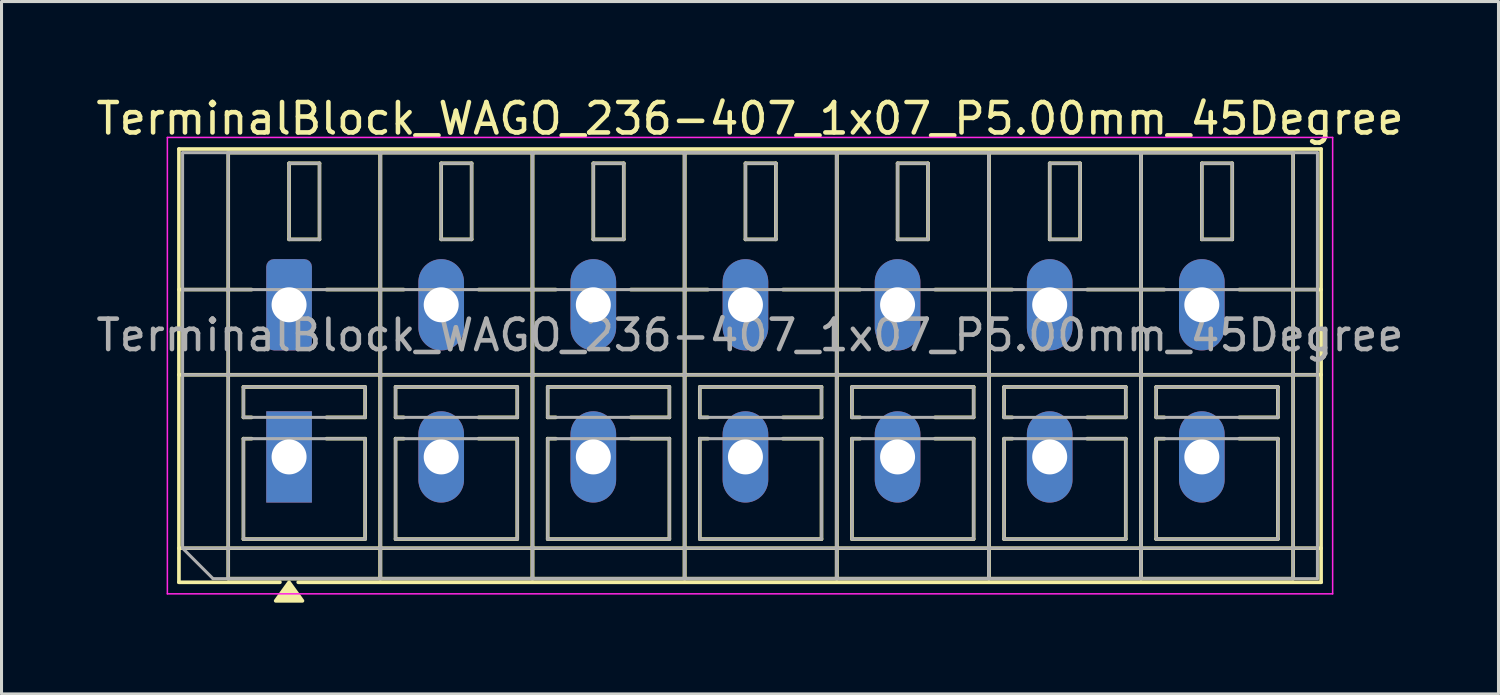
<source format=kicad_pcb>
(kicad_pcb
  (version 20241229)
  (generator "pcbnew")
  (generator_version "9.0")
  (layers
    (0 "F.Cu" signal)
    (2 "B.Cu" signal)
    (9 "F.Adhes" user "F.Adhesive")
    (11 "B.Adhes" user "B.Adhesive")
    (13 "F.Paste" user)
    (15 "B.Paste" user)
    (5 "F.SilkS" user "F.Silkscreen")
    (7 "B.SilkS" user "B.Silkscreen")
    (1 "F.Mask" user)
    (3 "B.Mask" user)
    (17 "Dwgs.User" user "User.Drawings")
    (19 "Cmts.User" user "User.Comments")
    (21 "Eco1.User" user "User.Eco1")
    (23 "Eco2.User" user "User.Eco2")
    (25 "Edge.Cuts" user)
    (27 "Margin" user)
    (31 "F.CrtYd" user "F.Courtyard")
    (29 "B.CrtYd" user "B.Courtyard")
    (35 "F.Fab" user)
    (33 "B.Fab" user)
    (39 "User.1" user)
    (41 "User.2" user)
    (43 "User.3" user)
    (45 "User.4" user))
  (footprint "TerminalBlock_WAGO_236-407_1x07_P5.00mm_45Degree"
    (layer "F.Cu")
    (at 6.451 6.968)
    (property "Reference" "TerminalBlock_WAGO_236-407_1x07_P5.00mm_45Degree" (at 15.15 -6.12 0) (layer "F.SilkS") (effects (font (size 1 1) (thickness 0.15))))
    (attr through_hole)
    (fp_line (start -3.62 -5.12) (end -3.62 9.12) (stroke (width 0.12) (type solid)) (layer "F.SilkS"))
    (fp_line (start -3.62 -5.12) (end 33.92 -5.12) (stroke (width 0.12) (type solid)) (layer "F.SilkS"))
    (fp_line (start -3.62 -0.5) (end -1.23 -0.5) (stroke (width 0.12) (type solid)) (layer "F.SilkS"))
    (fp_line (start -3.62 2.3) (end 33.92 2.3) (stroke (width 0.12) (type solid)) (layer "F.SilkS"))
    (fp_line (start -3.62 8) (end 33.92 8) (stroke (width 0.12) (type solid)) (layer "F.SilkS"))
    (fp_line (start -3.62 9.12) (end -0.3 9.12) (stroke (width 0.12) (type solid)) (layer "F.SilkS"))
    (fp_line (start -2 -5) (end -2 9) (stroke (width 0.12) (type solid)) (layer "F.SilkS"))
    (fp_line (start -2 -5) (end 3 -5) (stroke (width 0.12) (type solid)) (layer "F.SilkS"))
    (fp_line (start -2 9) (end 3 9) (stroke (width 0.12) (type solid)) (layer "F.SilkS"))
    (fp_line (start -1.5 2.7) (end -1.5 3.7) (stroke (width 0.12) (type solid)) (layer "F.SilkS"))
    (fp_line (start -1.5 2.7) (end 2.5 2.7) (stroke (width 0.12) (type solid)) (layer "F.SilkS"))
    (fp_line (start -1.5 3.7) (end -1.23 3.7) (stroke (width 0.12) (type solid)) (layer "F.SilkS"))
    (fp_line (start -1.5 4.4) (end -1.5 7.7) (stroke (width 0.12) (type solid)) (layer "F.SilkS"))
    (fp_line (start -1.5 4.4) (end -1.23 4.4) (stroke (width 0.12) (type solid)) (layer "F.SilkS"))
    (fp_line (start -1.5 7.7) (end 2.5 7.7) (stroke (width 0.12) (type solid)) (layer "F.SilkS"))
    (fp_line (start 0 -4.65) (end 0 -2.15) (stroke (width 0.12) (type solid)) (layer "F.SilkS"))
    (fp_line (start 0 -4.65) (end 1 -4.65) (stroke (width 0.12) (type solid)) (layer "F.SilkS"))
    (fp_line (start 0 -2.15) (end 1 -2.15) (stroke (width 0.12) (type solid)) (layer "F.SilkS"))
    (fp_line (start 0.3 9.12) (end 33.92 9.12) (stroke (width 0.12) (type solid)) (layer "F.SilkS"))
    (fp_line (start 1 -4.65) (end 1 -2.15) (stroke (width 0.12) (type solid)) (layer "F.SilkS"))
    (fp_line (start 1.23 -0.5) (end 3.77 -0.5) (stroke (width 0.12) (type solid)) (layer "F.SilkS"))
    (fp_line (start 1.23 3.7) (end 2.5 3.7) (stroke (width 0.12) (type solid)) (layer "F.SilkS"))
    (fp_line (start 1.23 4.4) (end 2.5 4.4) (stroke (width 0.12) (type solid)) (layer "F.SilkS"))
    (fp_line (start 2.5 2.7) (end 2.5 3.7) (stroke (width 0.12) (type solid)) (layer "F.SilkS"))
    (fp_line (start 2.5 4.4) (end 2.5 7.7) (stroke (width 0.12) (type solid)) (layer "F.SilkS"))
    (fp_line (start 3 -5) (end 3 9) (stroke (width 0.12) (type solid)) (layer "F.SilkS"))
    (fp_line (start 3 -5) (end 3 9) (stroke (width 0.12) (type solid)) (layer "F.SilkS"))
    (fp_line (start 3 -5) (end 8 -5) (stroke (width 0.12) (type solid)) (layer "F.SilkS"))
    (fp_line (start 3 9) (end 8 9) (stroke (width 0.12) (type solid)) (layer "F.SilkS"))
    (fp_line (start 3.5 2.7) (end 3.5 3.7) (stroke (width 0.12) (type solid)) (layer "F.SilkS"))
    (fp_line (start 3.5 2.7) (end 7.5 2.7) (stroke (width 0.12) (type solid)) (layer "F.SilkS"))
    (fp_line (start 3.5 3.7) (end 3.77 3.7) (stroke (width 0.12) (type solid)) (layer "F.SilkS"))
    (fp_line (start 3.5 4.4) (end 3.5 7.7) (stroke (width 0.12) (type solid)) (layer "F.SilkS"))
    (fp_line (start 3.5 4.4) (end 3.77 4.4) (stroke (width 0.12) (type solid)) (layer "F.SilkS"))
    (fp_line (start 3.5 7.7) (end 7.5 7.7) (stroke (width 0.12) (type solid)) (layer "F.SilkS"))
    (fp_line (start 5 -4.65) (end 5 -2.15) (stroke (width 0.12) (type solid)) (layer "F.SilkS"))
    (fp_line (start 5 -4.65) (end 6 -4.65) (stroke (width 0.12) (type solid)) (layer "F.SilkS"))
    (fp_line (start 5 -2.15) (end 6 -2.15) (stroke (width 0.12) (type solid)) (layer "F.SilkS"))
    (fp_line (start 6 -4.65) (end 6 -2.15) (stroke (width 0.12) (type solid)) (layer "F.SilkS"))
    (fp_line (start 6.23 -0.5) (end 8.77 -0.5) (stroke (width 0.12) (type solid)) (layer "F.SilkS"))
    (fp_line (start 6.23 3.7) (end 7.5 3.7) (stroke (width 0.12) (type solid)) (layer "F.SilkS"))
    (fp_line (start 6.23 4.4) (end 7.5 4.4) (stroke (width 0.12) (type solid)) (layer "F.SilkS"))
    (fp_line (start 7.5 2.7) (end 7.5 3.7) (stroke (width 0.12) (type solid)) (layer "F.SilkS"))
    (fp_line (start 7.5 4.4) (end 7.5 7.7) (stroke (width 0.12) (type solid)) (layer "F.SilkS"))
    (fp_line (start 8 -5) (end 8 9) (stroke (width 0.12) (type solid)) (layer "F.SilkS"))
    (fp_line (start 8 -5) (end 8 9) (stroke (width 0.12) (type solid)) (layer "F.SilkS"))
    (fp_line (start 8 -5) (end 13 -5) (stroke (width 0.12) (type solid)) (layer "F.SilkS"))
    (fp_line (start 8 9) (end 13 9) (stroke (width 0.12) (type solid)) (layer "F.SilkS"))
    (fp_line (start 8.5 2.7) (end 8.5 3.7) (stroke (width 0.12) (type solid)) (layer "F.SilkS"))
    (fp_line (start 8.5 2.7) (end 12.5 2.7) (stroke (width 0.12) (type solid)) (layer "F.SilkS"))
    (fp_line (start 8.5 3.7) (end 8.77 3.7) (stroke (width 0.12) (type solid)) (layer "F.SilkS"))
    (fp_line (start 8.5 4.4) (end 8.5 7.7) (stroke (width 0.12) (type solid)) (layer "F.SilkS"))
    (fp_line (start 8.5 4.4) (end 8.77 4.4) (stroke (width 0.12) (type solid)) (layer "F.SilkS"))
    (fp_line (start 8.5 7.7) (end 12.5 7.7) (stroke (width 0.12) (type solid)) (layer "F.SilkS"))
    (fp_line (start 10 -4.65) (end 10 -2.15) (stroke (width 0.12) (type solid)) (layer "F.SilkS"))
    (fp_line (start 10 -4.65) (end 11 -4.65) (stroke (width 0.12) (type solid)) (layer "F.SilkS"))
    (fp_line (start 10 -2.15) (end 11 -2.15) (stroke (width 0.12) (type solid)) (layer "F.SilkS"))
    (fp_line (start 11 -4.65) (end 11 -2.15) (stroke (width 0.12) (type solid)) (layer "F.SilkS"))
    (fp_line (start 11.23 -0.5) (end 13.77 -0.5) (stroke (width 0.12) (type solid)) (layer "F.SilkS"))
    (fp_line (start 11.23 3.7) (end 12.5 3.7) (stroke (width 0.12) (type solid)) (layer "F.SilkS"))
    (fp_line (start 11.23 4.4) (end 12.5 4.4) (stroke (width 0.12) (type solid)) (layer "F.SilkS"))
    (fp_line (start 12.5 2.7) (end 12.5 3.7) (stroke (width 0.12) (type solid)) (layer "F.SilkS"))
    (fp_line (start 12.5 4.4) (end 12.5 7.7) (stroke (width 0.12) (type solid)) (layer "F.SilkS"))
    (fp_line (start 13 -5) (end 13 9) (stroke (width 0.12) (type solid)) (layer "F.SilkS"))
    (fp_line (start 13 -5) (end 13 9) (stroke (width 0.12) (type solid)) (layer "F.SilkS"))
    (fp_line (start 13 -5) (end 18 -5) (stroke (width 0.12) (type solid)) (layer "F.SilkS"))
    (fp_line (start 13 9) (end 18 9) (stroke (width 0.12) (type solid)) (layer "F.SilkS"))
    (fp_line (start 13.5 2.7) (end 13.5 3.7) (stroke (width 0.12) (type solid)) (layer "F.SilkS"))
    (fp_line (start 13.5 2.7) (end 17.5 2.7) (stroke (width 0.12) (type solid)) (layer "F.SilkS"))
    (fp_line (start 13.5 3.7) (end 13.77 3.7) (stroke (width 0.12) (type solid)) (layer "F.SilkS"))
    (fp_line (start 13.5 4.4) (end 13.5 7.7) (stroke (width 0.12) (type solid)) (layer "F.SilkS"))
    (fp_line (start 13.5 4.4) (end 13.77 4.4) (stroke (width 0.12) (type solid)) (layer "F.SilkS"))
    (fp_line (start 13.5 7.7) (end 17.5 7.7) (stroke (width 0.12) (type solid)) (layer "F.SilkS"))
    (fp_line (start 15 -4.65) (end 15 -2.15) (stroke (width 0.12) (type solid)) (layer "F.SilkS"))
    (fp_line (start 15 -4.65) (end 16 -4.65) (stroke (width 0.12) (type solid)) (layer "F.SilkS"))
    (fp_line (start 15 -2.15) (end 16 -2.15) (stroke (width 0.12) (type solid)) (layer "F.SilkS"))
    (fp_line (start 16 -4.65) (end 16 -2.15) (stroke (width 0.12) (type solid)) (layer "F.SilkS"))
    (fp_line (start 16.23 -0.5) (end 18.77 -0.5) (stroke (width 0.12) (type solid)) (layer "F.SilkS"))
    (fp_line (start 16.23 3.7) (end 17.5 3.7) (stroke (width 0.12) (type solid)) (layer "F.SilkS"))
    (fp_line (start 16.23 4.4) (end 17.5 4.4) (stroke (width 0.12) (type solid)) (layer "F.SilkS"))
    (fp_line (start 17.5 2.7) (end 17.5 3.7) (stroke (width 0.12) (type solid)) (layer "F.SilkS"))
    (fp_line (start 17.5 4.4) (end 17.5 7.7) (stroke (width 0.12) (type solid)) (layer "F.SilkS"))
    (fp_line (start 18 -5) (end 18 9) (stroke (width 0.12) (type solid)) (layer "F.SilkS"))
    (fp_line (start 18 -5) (end 18 9) (stroke (width 0.12) (type solid)) (layer "F.SilkS"))
    (fp_line (start 18 -5) (end 23 -5) (stroke (width 0.12) (type solid)) (layer "F.SilkS"))
    (fp_line (start 18 9) (end 23 9) (stroke (width 0.12) (type solid)) (layer "F.SilkS"))
    (fp_line (start 18.5 2.7) (end 18.5 3.7) (stroke (width 0.12) (type solid)) (layer "F.SilkS"))
    (fp_line (start 18.5 2.7) (end 22.5 2.7) (stroke (width 0.12) (type solid)) (layer "F.SilkS"))
    (fp_line (start 18.5 3.7) (end 18.77 3.7) (stroke (width 0.12) (type solid)) (layer "F.SilkS"))
    (fp_line (start 18.5 4.4) (end 18.5 7.7) (stroke (width 0.12) (type solid)) (layer "F.SilkS"))
    (fp_line (start 18.5 4.4) (end 18.77 4.4) (stroke (width 0.12) (type solid)) (layer "F.SilkS"))
    (fp_line (start 18.5 7.7) (end 22.5 7.7) (stroke (width 0.12) (type solid)) (layer "F.SilkS"))
    (fp_line (start 20 -4.65) (end 20 -2.15) (stroke (width 0.12) (type solid)) (layer "F.SilkS"))
    (fp_line (start 20 -4.65) (end 21 -4.65) (stroke (width 0.12) (type solid)) (layer "F.SilkS"))
    (fp_line (start 20 -2.15) (end 21 -2.15) (stroke (width 0.12) (type solid)) (layer "F.SilkS"))
    (fp_line (start 21 -4.65) (end 21 -2.15) (stroke (width 0.12) (type solid)) (layer "F.SilkS"))
    (fp_line (start 21.23 -0.5) (end 23.77 -0.5) (stroke (width 0.12) (type solid)) (layer "F.SilkS"))
    (fp_line (start 21.23 3.7) (end 22.5 3.7) (stroke (width 0.12) (type solid)) (layer "F.SilkS"))
    (fp_line (start 21.23 4.4) (end 22.5 4.4) (stroke (width 0.12) (type solid)) (layer "F.SilkS"))
    (fp_line (start 22.5 2.7) (end 22.5 3.7) (stroke (width 0.12) (type solid)) (layer "F.SilkS"))
    (fp_line (start 22.5 4.4) (end 22.5 7.7) (stroke (width 0.12) (type solid)) (layer "F.SilkS"))
    (fp_line (start 23 -5) (end 23 9) (stroke (width 0.12) (type solid)) (layer "F.SilkS"))
    (fp_line (start 23 -5) (end 23 9) (stroke (width 0.12) (type solid)) (layer "F.SilkS"))
    (fp_line (start 23 -5) (end 28 -5) (stroke (width 0.12) (type solid)) (layer "F.SilkS"))
    (fp_line (start 23 9) (end 28 9) (stroke (width 0.12) (type solid)) (layer "F.SilkS"))
    (fp_line (start 23.5 2.7) (end 23.5 3.7) (stroke (width 0.12) (type solid)) (layer "F.SilkS"))
    (fp_line (start 23.5 2.7) (end 27.5 2.7) (stroke (width 0.12) (type solid)) (layer "F.SilkS"))
    (fp_line (start 23.5 3.7) (end 23.77 3.7) (stroke (width 0.12) (type solid)) (layer "F.SilkS"))
    (fp_line (start 23.5 4.4) (end 23.5 7.7) (stroke (width 0.12) (type solid)) (layer "F.SilkS"))
    (fp_line (start 23.5 4.4) (end 23.77 4.4) (stroke (width 0.12) (type solid)) (layer "F.SilkS"))
    (fp_line (start 23.5 7.7) (end 27.5 7.7) (stroke (width 0.12) (type solid)) (layer "F.SilkS"))
    (fp_line (start 25 -4.65) (end 25 -2.15) (stroke (width 0.12) (type solid)) (layer "F.SilkS"))
    (fp_line (start 25 -4.65) (end 26 -4.65) (stroke (width 0.12) (type solid)) (layer "F.SilkS"))
    (fp_line (start 25 -2.15) (end 26 -2.15) (stroke (width 0.12) (type solid)) (layer "F.SilkS"))
    (fp_line (start 26 -4.65) (end 26 -2.15) (stroke (width 0.12) (type solid)) (layer "F.SilkS"))
    (fp_line (start 26.23 -0.5) (end 28.77 -0.5) (stroke (width 0.12) (type solid)) (layer "F.SilkS"))
    (fp_line (start 26.23 3.7) (end 27.5 3.7) (stroke (width 0.12) (type solid)) (layer "F.SilkS"))
    (fp_line (start 26.23 4.4) (end 27.5 4.4) (stroke (width 0.12) (type solid)) (layer "F.SilkS"))
    (fp_line (start 27.5 2.7) (end 27.5 3.7) (stroke (width 0.12) (type solid)) (layer "F.SilkS"))
    (fp_line (start 27.5 4.4) (end 27.5 7.7) (stroke (width 0.12) (type solid)) (layer "F.SilkS"))
    (fp_line (start 28 -5) (end 28 9) (stroke (width 0.12) (type solid)) (layer "F.SilkS"))
    (fp_line (start 28 -5) (end 28 9) (stroke (width 0.12) (type solid)) (layer "F.SilkS"))
    (fp_line (start 28 -5) (end 33 -5) (stroke (width 0.12) (type solid)) (layer "F.SilkS"))
    (fp_line (start 28 9) (end 33 9) (stroke (width 0.12) (type solid)) (layer "F.SilkS"))
    (fp_line (start 28.5 2.7) (end 28.5 3.7) (stroke (width 0.12) (type solid)) (layer "F.SilkS"))
    (fp_line (start 28.5 2.7) (end 32.5 2.7) (stroke (width 0.12) (type solid)) (layer "F.SilkS"))
    (fp_line (start 28.5 3.7) (end 28.77 3.7) (stroke (width 0.12) (type solid)) (layer "F.SilkS"))
    (fp_line (start 28.5 4.4) (end 28.5 7.7) (stroke (width 0.12) (type solid)) (layer "F.SilkS"))
    (fp_line (start 28.5 4.4) (end 28.77 4.4) (stroke (width 0.12) (type solid)) (layer "F.SilkS"))
    (fp_line (start 28.5 7.7) (end 32.5 7.7) (stroke (width 0.12) (type solid)) (layer "F.SilkS"))
    (fp_line (start 30 -4.65) (end 30 -2.15) (stroke (width 0.12) (type solid)) (layer "F.SilkS"))
    (fp_line (start 30 -4.65) (end 31 -4.65) (stroke (width 0.12) (type solid)) (layer "F.SilkS"))
    (fp_line (start 30 -2.15) (end 31 -2.15) (stroke (width 0.12) (type solid)) (layer "F.SilkS"))
    (fp_line (start 31 -4.65) (end 31 -2.15) (stroke (width 0.12) (type solid)) (layer "F.SilkS"))
    (fp_line (start 31.23 -0.5) (end 33.92 -0.5) (stroke (width 0.12) (type solid)) (layer "F.SilkS"))
    (fp_line (start 31.23 3.7) (end 32.5 3.7) (stroke (width 0.12) (type solid)) (layer "F.SilkS"))
    (fp_line (start 31.23 4.4) (end 32.5 4.4) (stroke (width 0.12) (type solid)) (layer "F.SilkS"))
    (fp_line (start 32.5 2.7) (end 32.5 3.7) (stroke (width 0.12) (type solid)) (layer "F.SilkS"))
    (fp_line (start 32.5 4.4) (end 32.5 7.7) (stroke (width 0.12) (type solid)) (layer "F.SilkS"))
    (fp_line (start 33 -5) (end 33 9) (stroke (width 0.12) (type solid)) (layer "F.SilkS"))
    (fp_line (start 33.92 -5.12) (end 33.92 9.12) (stroke (width 0.12) (type solid)) (layer "F.SilkS"))
    (fp_poly (pts (xy 0 9.12) (xy 0.44 9.73) (xy -0.44 9.73)) (stroke (width 0.12) (type solid)) (fill yes) (layer "F.SilkS"))
    (fp_line (start -4 -5.5) (end -4 9.5) (stroke (width 0.05) (type solid)) (layer "F.CrtYd"))
    (fp_line (start -4 9.5) (end 34.3 9.5) (stroke (width 0.05) (type solid)) (layer "F.CrtYd"))
    (fp_line (start 34.3 -5.5) (end -4 -5.5) (stroke (width 0.05) (type solid)) (layer "F.CrtYd"))
    (fp_line (start 34.3 9.5) (end 34.3 -5.5) (stroke (width 0.05) (type solid)) (layer "F.CrtYd"))
    (fp_line (start -3.5 -5) (end 33.8 -5) (stroke (width 0.1) (type solid)) (layer "F.Fab"))
    (fp_line (start -3.5 -0.5) (end 33.8 -0.5) (stroke (width 0.1) (type solid)) (layer "F.Fab"))
    (fp_line (start -3.5 2.3) (end 33.8 2.3) (stroke (width 0.1) (type solid)) (layer "F.Fab"))
    (fp_line (start -3.5 8) (end -3.5 -5) (stroke (width 0.1) (type solid)) (layer "F.Fab"))
    (fp_line (start -3.5 8) (end 33.8 8) (stroke (width 0.1) (type solid)) (layer "F.Fab"))
    (fp_line (start -2.5 9) (end -3.5 8) (stroke (width 0.1) (type solid)) (layer "F.Fab"))
    (fp_line (start -2 -5) (end -2 9) (stroke (width 0.1) (type solid)) (layer "F.Fab"))
    (fp_line (start -2 9) (end 3 9) (stroke (width 0.1) (type solid)) (layer "F.Fab"))
    (fp_line (start -1.5 2.7) (end -1.5 3.7) (stroke (width 0.1) (type solid)) (layer "F.Fab"))
    (fp_line (start -1.5 3.7) (end 2.5 3.7) (stroke (width 0.1) (type solid)) (layer "F.Fab"))
    (fp_line (start -1.5 4.4) (end -1.5 7.7) (stroke (width 0.1) (type solid)) (layer "F.Fab"))
    (fp_line (start -1.5 7.7) (end 2.5 7.7) (stroke (width 0.1) (type solid)) (layer "F.Fab"))
    (fp_line (start 0 -4.65) (end 0 -2.15) (stroke (width 0.1) (type solid)) (layer "F.Fab"))
    (fp_line (start 0 -2.15) (end 1 -2.15) (stroke (width 0.1) (type solid)) (layer "F.Fab"))
    (fp_line (start 1 -4.65) (end 0 -4.65) (stroke (width 0.1) (type solid)) (layer "F.Fab"))
    (fp_line (start 1 -2.15) (end 1 -4.65) (stroke (width 0.1) (type solid)) (layer "F.Fab"))
    (fp_line (start 2.5 2.7) (end -1.5 2.7) (stroke (width 0.1) (type solid)) (layer "F.Fab"))
    (fp_line (start 2.5 3.7) (end 2.5 2.7) (stroke (width 0.1) (type solid)) (layer "F.Fab"))
    (fp_line (start 2.5 4.4) (end -1.5 4.4) (stroke (width 0.1) (type solid)) (layer "F.Fab"))
    (fp_line (start 2.5 7.7) (end 2.5 4.4) (stroke (width 0.1) (type solid)) (layer "F.Fab"))
    (fp_line (start 3 -5) (end -2 -5) (stroke (width 0.1) (type solid)) (layer "F.Fab"))
    (fp_line (start 3 -5) (end 3 9) (stroke (width 0.1) (type solid)) (layer "F.Fab"))
    (fp_line (start 3 9) (end 3 -5) (stroke (width 0.1) (type solid)) (layer "F.Fab"))
    (fp_line (start 3 9) (end 8 9) (stroke (width 0.1) (type solid)) (layer "F.Fab"))
    (fp_line (start 3.5 2.7) (end 3.5 3.7) (stroke (width 0.1) (type solid)) (layer "F.Fab"))
    (fp_line (start 3.5 3.7) (end 7.5 3.7) (stroke (width 0.1) (type solid)) (layer "F.Fab"))
    (fp_line (start 3.5 4.4) (end 3.5 7.7) (stroke (width 0.1) (type solid)) (layer "F.Fab"))
    (fp_line (start 3.5 7.7) (end 7.5 7.7) (stroke (width 0.1) (type solid)) (layer "F.Fab"))
    (fp_line (start 5 -4.65) (end 5 -2.15) (stroke (width 0.1) (type solid)) (layer "F.Fab"))
    (fp_line (start 5 -2.15) (end 6 -2.15) (stroke (width 0.1) (type solid)) (layer "F.Fab"))
    (fp_line (start 6 -4.65) (end 5 -4.65) (stroke (width 0.1) (type solid)) (layer "F.Fab"))
    (fp_line (start 6 -2.15) (end 6 -4.65) (stroke (width 0.1) (type solid)) (layer "F.Fab"))
    (fp_line (start 7.5 2.7) (end 3.5 2.7) (stroke (width 0.1) (type solid)) (layer "F.Fab"))
    (fp_line (start 7.5 3.7) (end 7.5 2.7) (stroke (width 0.1) (type solid)) (layer "F.Fab"))
    (fp_line (start 7.5 4.4) (end 3.5 4.4) (stroke (width 0.1) (type solid)) (layer "F.Fab"))
    (fp_line (start 7.5 7.7) (end 7.5 4.4) (stroke (width 0.1) (type solid)) (layer "F.Fab"))
    (fp_line (start 8 -5) (end 3 -5) (stroke (width 0.1) (type solid)) (layer "F.Fab"))
    (fp_line (start 8 -5) (end 8 9) (stroke (width 0.1) (type solid)) (layer "F.Fab"))
    (fp_line (start 8 9) (end 8 -5) (stroke (width 0.1) (type solid)) (layer "F.Fab"))
    (fp_line (start 8 9) (end 13 9) (stroke (width 0.1) (type solid)) (layer "F.Fab"))
    (fp_line (start 8.5 2.7) (end 8.5 3.7) (stroke (width 0.1) (type solid)) (layer "F.Fab"))
    (fp_line (start 8.5 3.7) (end 12.5 3.7) (stroke (width 0.1) (type solid)) (layer "F.Fab"))
    (fp_line (start 8.5 4.4) (end 8.5 7.7) (stroke (width 0.1) (type solid)) (layer "F.Fab"))
    (fp_line (start 8.5 7.7) (end 12.5 7.7) (stroke (width 0.1) (type solid)) (layer "F.Fab"))
    (fp_line (start 10 -4.65) (end 10 -2.15) (stroke (width 0.1) (type solid)) (layer "F.Fab"))
    (fp_line (start 10 -2.15) (end 11 -2.15) (stroke (width 0.1) (type solid)) (layer "F.Fab"))
    (fp_line (start 11 -4.65) (end 10 -4.65) (stroke (width 0.1) (type solid)) (layer "F.Fab"))
    (fp_line (start 11 -2.15) (end 11 -4.65) (stroke (width 0.1) (type solid)) (layer "F.Fab"))
    (fp_line (start 12.5 2.7) (end 8.5 2.7) (stroke (width 0.1) (type solid)) (layer "F.Fab"))
    (fp_line (start 12.5 3.7) (end 12.5 2.7) (stroke (width 0.1) (type solid)) (layer "F.Fab"))
    (fp_line (start 12.5 4.4) (end 8.5 4.4) (stroke (width 0.1) (type solid)) (layer "F.Fab"))
    (fp_line (start 12.5 7.7) (end 12.5 4.4) (stroke (width 0.1) (type solid)) (layer "F.Fab"))
    (fp_line (start 13 -5) (end 8 -5) (stroke (width 0.1) (type solid)) (layer "F.Fab"))
    (fp_line (start 13 -5) (end 13 9) (stroke (width 0.1) (type solid)) (layer "F.Fab"))
    (fp_line (start 13 9) (end 13 -5) (stroke (width 0.1) (type solid)) (layer "F.Fab"))
    (fp_line (start 13 9) (end 18 9) (stroke (width 0.1) (type solid)) (layer "F.Fab"))
    (fp_line (start 13.5 2.7) (end 13.5 3.7) (stroke (width 0.1) (type solid)) (layer "F.Fab"))
    (fp_line (start 13.5 3.7) (end 17.5 3.7) (stroke (width 0.1) (type solid)) (layer "F.Fab"))
    (fp_line (start 13.5 4.4) (end 13.5 7.7) (stroke (width 0.1) (type solid)) (layer "F.Fab"))
    (fp_line (start 13.5 7.7) (end 17.5 7.7) (stroke (width 0.1) (type solid)) (layer "F.Fab"))
    (fp_line (start 15 -4.65) (end 15 -2.15) (stroke (width 0.1) (type solid)) (layer "F.Fab"))
    (fp_line (start 15 -2.15) (end 16 -2.15) (stroke (width 0.1) (type solid)) (layer "F.Fab"))
    (fp_line (start 16 -4.65) (end 15 -4.65) (stroke (width 0.1) (type solid)) (layer "F.Fab"))
    (fp_line (start 16 -2.15) (end 16 -4.65) (stroke (width 0.1) (type solid)) (layer "F.Fab"))
    (fp_line (start 17.5 2.7) (end 13.5 2.7) (stroke (width 0.1) (type solid)) (layer "F.Fab"))
    (fp_line (start 17.5 3.7) (end 17.5 2.7) (stroke (width 0.1) (type solid)) (layer "F.Fab"))
    (fp_line (start 17.5 4.4) (end 13.5 4.4) (stroke (width 0.1) (type solid)) (layer "F.Fab"))
    (fp_line (start 17.5 7.7) (end 17.5 4.4) (stroke (width 0.1) (type solid)) (layer "F.Fab"))
    (fp_line (start 18 -5) (end 13 -5) (stroke (width 0.1) (type solid)) (layer "F.Fab"))
    (fp_line (start 18 -5) (end 18 9) (stroke (width 0.1) (type solid)) (layer "F.Fab"))
    (fp_line (start 18 9) (end 18 -5) (stroke (width 0.1) (type solid)) (layer "F.Fab"))
    (fp_line (start 18 9) (end 23 9) (stroke (width 0.1) (type solid)) (layer "F.Fab"))
    (fp_line (start 18.5 2.7) (end 18.5 3.7) (stroke (width 0.1) (type solid)) (layer "F.Fab"))
    (fp_line (start 18.5 3.7) (end 22.5 3.7) (stroke (width 0.1) (type solid)) (layer "F.Fab"))
    (fp_line (start 18.5 4.4) (end 18.5 7.7) (stroke (width 0.1) (type solid)) (layer "F.Fab"))
    (fp_line (start 18.5 7.7) (end 22.5 7.7) (stroke (width 0.1) (type solid)) (layer "F.Fab"))
    (fp_line (start 20 -4.65) (end 20 -2.15) (stroke (width 0.1) (type solid)) (layer "F.Fab"))
    (fp_line (start 20 -2.15) (end 21 -2.15) (stroke (width 0.1) (type solid)) (layer "F.Fab"))
    (fp_line (start 21 -4.65) (end 20 -4.65) (stroke (width 0.1) (type solid)) (layer "F.Fab"))
    (fp_line (start 21 -2.15) (end 21 -4.65) (stroke (width 0.1) (type solid)) (layer "F.Fab"))
    (fp_line (start 22.5 2.7) (end 18.5 2.7) (stroke (width 0.1) (type solid)) (layer "F.Fab"))
    (fp_line (start 22.5 3.7) (end 22.5 2.7) (stroke (width 0.1) (type solid)) (layer "F.Fab"))
    (fp_line (start 22.5 4.4) (end 18.5 4.4) (stroke (width 0.1) (type solid)) (layer "F.Fab"))
    (fp_line (start 22.5 7.7) (end 22.5 4.4) (stroke (width 0.1) (type solid)) (layer "F.Fab"))
    (fp_line (start 23 -5) (end 18 -5) (stroke (width 0.1) (type solid)) (layer "F.Fab"))
    (fp_line (start 23 -5) (end 23 9) (stroke (width 0.1) (type solid)) (layer "F.Fab"))
    (fp_line (start 23 9) (end 23 -5) (stroke (width 0.1) (type solid)) (layer "F.Fab"))
    (fp_line (start 23 9) (end 28 9) (stroke (width 0.1) (type solid)) (layer "F.Fab"))
    (fp_line (start 23.5 2.7) (end 23.5 3.7) (stroke (width 0.1) (type solid)) (layer "F.Fab"))
    (fp_line (start 23.5 3.7) (end 27.5 3.7) (stroke (width 0.1) (type solid)) (layer "F.Fab"))
    (fp_line (start 23.5 4.4) (end 23.5 7.7) (stroke (width 0.1) (type solid)) (layer "F.Fab"))
    (fp_line (start 23.5 7.7) (end 27.5 7.7) (stroke (width 0.1) (type solid)) (layer "F.Fab"))
    (fp_line (start 25 -4.65) (end 25 -2.15) (stroke (width 0.1) (type solid)) (layer "F.Fab"))
    (fp_line (start 25 -2.15) (end 26 -2.15) (stroke (width 0.1) (type solid)) (layer "F.Fab"))
    (fp_line (start 26 -4.65) (end 25 -4.65) (stroke (width 0.1) (type solid)) (layer "F.Fab"))
    (fp_line (start 26 -2.15) (end 26 -4.65) (stroke (width 0.1) (type solid)) (layer "F.Fab"))
    (fp_line (start 27.5 2.7) (end 23.5 2.7) (stroke (width 0.1) (type solid)) (layer "F.Fab"))
    (fp_line (start 27.5 3.7) (end 27.5 2.7) (stroke (width 0.1) (type solid)) (layer "F.Fab"))
    (fp_line (start 27.5 4.4) (end 23.5 4.4) (stroke (width 0.1) (type solid)) (layer "F.Fab"))
    (fp_line (start 27.5 7.7) (end 27.5 4.4) (stroke (width 0.1) (type solid)) (layer "F.Fab"))
    (fp_line (start 28 -5) (end 23 -5) (stroke (width 0.1) (type solid)) (layer "F.Fab"))
    (fp_line (start 28 -5) (end 28 9) (stroke (width 0.1) (type solid)) (layer "F.Fab"))
    (fp_line (start 28 9) (end 28 -5) (stroke (width 0.1) (type solid)) (layer "F.Fab"))
    (fp_line (start 28 9) (end 33 9) (stroke (width 0.1) (type solid)) (layer "F.Fab"))
    (fp_line (start 28.5 2.7) (end 28.5 3.7) (stroke (width 0.1) (type solid)) (layer "F.Fab"))
    (fp_line (start 28.5 3.7) (end 32.5 3.7) (stroke (width 0.1) (type solid)) (layer "F.Fab"))
    (fp_line (start 28.5 4.4) (end 28.5 7.7) (stroke (width 0.1) (type solid)) (layer "F.Fab"))
    (fp_line (start 28.5 7.7) (end 32.5 7.7) (stroke (width 0.1) (type solid)) (layer "F.Fab"))
    (fp_line (start 30 -4.65) (end 30 -2.15) (stroke (width 0.1) (type solid)) (layer "F.Fab"))
    (fp_line (start 30 -2.15) (end 31 -2.15) (stroke (width 0.1) (type solid)) (layer "F.Fab"))
    (fp_line (start 31 -4.65) (end 30 -4.65) (stroke (width 0.1) (type solid)) (layer "F.Fab"))
    (fp_line (start 31 -2.15) (end 31 -4.65) (stroke (width 0.1) (type solid)) (layer "F.Fab"))
    (fp_line (start 32.5 2.7) (end 28.5 2.7) (stroke (width 0.1) (type solid)) (layer "F.Fab"))
    (fp_line (start 32.5 3.7) (end 32.5 2.7) (stroke (width 0.1) (type solid)) (layer "F.Fab"))
    (fp_line (start 32.5 4.4) (end 28.5 4.4) (stroke (width 0.1) (type solid)) (layer "F.Fab"))
    (fp_line (start 32.5 7.7) (end 32.5 4.4) (stroke (width 0.1) (type solid)) (layer "F.Fab"))
    (fp_line (start 33 -5) (end 28 -5) (stroke (width 0.1) (type solid)) (layer "F.Fab"))
    (fp_line (start 33 9) (end 33 -5) (stroke (width 0.1) (type solid)) (layer "F.Fab"))
    (fp_line (start 33.8 -5) (end 33.8 9) (stroke (width 0.1) (type solid)) (layer "F.Fab"))
    (fp_line (start 33.8 9) (end -2.5 9) (stroke (width 0.1) (type solid)) (layer "F.Fab"))
    (fp_text user "${REFERENCE}" (at 15.15 1 0) (layer "F.Fab") (effects (font (size 1 1) (thickness 0.15))))
    (pad "1" thru_hole roundrect (at 0 0) (size 1.5 3) (drill 1.15) (layers "*.Cu" "*.Mask") (roundrect_rratio 0.167))
    (pad "1" thru_hole rect (at 0 5) (size 1.5 3) (drill 1.15) (layers "*.Cu" "*.Mask"))
    (pad "2" thru_hole oval (at 5 0) (size 1.5 3) (drill 1.15) (layers "*.Cu" "*.Mask"))
    (pad "2" thru_hole oval (at 5 5) (size 1.5 3) (drill 1.15) (layers "*.Cu" "*.Mask"))
    (pad "3" thru_hole oval (at 10 0) (size 1.5 3) (drill 1.15) (layers "*.Cu" "*.Mask"))
    (pad "3" thru_hole oval (at 10 5) (size 1.5 3) (drill 1.15) (layers "*.Cu" "*.Mask"))
    (pad "4" thru_hole oval (at 15 0) (size 1.5 3) (drill 1.15) (layers "*.Cu" "*.Mask"))
    (pad "4" thru_hole oval (at 15 5) (size 1.5 3) (drill 1.15) (layers "*.Cu" "*.Mask"))
    (pad "5" thru_hole oval (at 20 0) (size 1.5 3) (drill 1.15) (layers "*.Cu" "*.Mask"))
    (pad "5" thru_hole oval (at 20 5) (size 1.5 3) (drill 1.15) (layers "*.Cu" "*.Mask"))
    (pad "6" thru_hole oval (at 25 0) (size 1.5 3) (drill 1.15) (layers "*.Cu" "*.Mask"))
    (pad "6" thru_hole oval (at 25 5) (size 1.5 3) (drill 1.15) (layers "*.Cu" "*.Mask"))
    (pad "7" thru_hole oval (at 30 0) (size 1.5 3) (drill 1.15) (layers "*.Cu" "*.Mask"))
    (pad "7" thru_hole oval (at 30 5) (size 1.5 3) (drill 1.15) (layers "*.Cu" "*.Mask")))
  (gr_rect
    (start -3 -3)
    (end 46.202 19.758)
    (stroke (width 0.1) (type default))
    (fill no)
    (layer "Edge.Cuts")))
</source>
